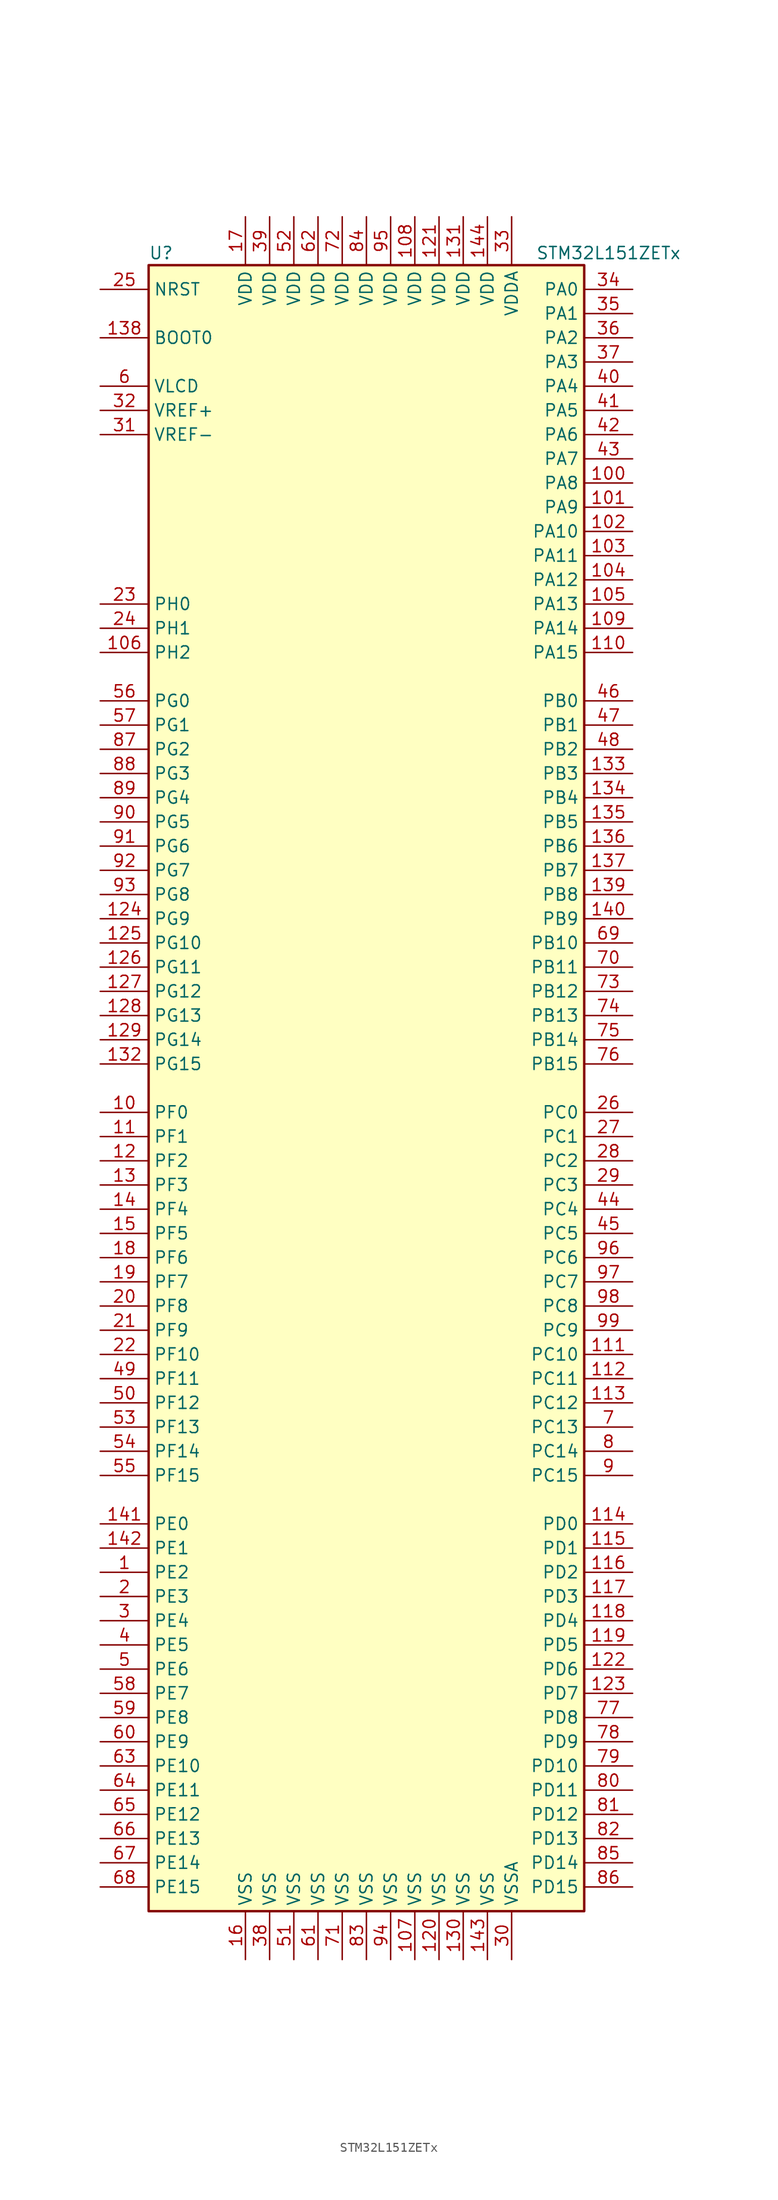
<source format=kicad_sym>
(kicad_symbol_lib
  (version 20211014)
  (generator kicad_symbol_editor)
  (symbol "STM32L151ZETx"
    (property "Reference" "U"
      (at -22.86 87.63 0)
      (effects (font (size 1.27 1.27)) (justify left)))
    (property "Value" "STM32L151ZETx"
      (at 17.78 87.63 0)
      (effects (font (size 1.27 1.27)) (justify left)))
    (symbol "STM32L151ZETx_0_1"
      (rectangle (start -22.86 -86.36) (end 22.86 86.36) (stroke (width 0.254) (type default) (color 0 0 0 0)) (fill (type background))))
    (symbol "STM32L151ZETx_1_1"
      (pin bidirectional line (at -27.94 -50.8 0) (length 5.08) (name "PE2" (effects (font (size 1.27 1.27)))) (number "1" (effects (font (size 1.27 1.27)))))
      (pin bidirectional line (at -27.94 -2.54 0) (length 5.08) (name "PF0" (effects (font (size 1.27 1.27)))) (number "10" (effects (font (size 1.27 1.27)))))
      (pin bidirectional line (at 27.94 63.5 180) (length 5.08) (name "PA8" (effects (font (size 1.27 1.27)))) (number "100" (effects (font (size 1.27 1.27)))))
      (pin bidirectional line (at 27.94 60.96 180) (length 5.08) (name "PA9" (effects (font (size 1.27 1.27)))) (number "101" (effects (font (size 1.27 1.27)))))
      (pin bidirectional line (at 27.94 58.42 180) (length 5.08) (name "PA10" (effects (font (size 1.27 1.27)))) (number "102" (effects (font (size 1.27 1.27)))))
      (pin bidirectional line (at 27.94 55.88 180) (length 5.08) (name "PA11" (effects (font (size 1.27 1.27)))) (number "103" (effects (font (size 1.27 1.27)))))
      (pin bidirectional line (at 27.94 53.34 180) (length 5.08) (name "PA12" (effects (font (size 1.27 1.27)))) (number "104" (effects (font (size 1.27 1.27)))))
      (pin bidirectional line (at 27.94 50.8 180) (length 5.08) (name "PA13" (effects (font (size 1.27 1.27)))) (number "105" (effects (font (size 1.27 1.27)))))
      (pin bidirectional line (at -27.94 45.72 0) (length 5.08) (name "PH2" (effects (font (size 1.27 1.27)))) (number "106" (effects (font (size 1.27 1.27)))))
      (pin power_in line (at 5.08 -91.44 90) (length 5.08) (name "VSS" (effects (font (size 1.27 1.27)))) (number "107" (effects (font (size 1.27 1.27)))))
      (pin power_in line (at 5.08 91.44 270) (length 5.08) (name "VDD" (effects (font (size 1.27 1.27)))) (number "108" (effects (font (size 1.27 1.27)))))
      (pin bidirectional line (at 27.94 48.26 180) (length 5.08) (name "PA14" (effects (font (size 1.27 1.27)))) (number "109" (effects (font (size 1.27 1.27)))))
      (pin bidirectional line (at -27.94 -5.08 0) (length 5.08) (name "PF1" (effects (font (size 1.27 1.27)))) (number "11" (effects (font (size 1.27 1.27)))))
      (pin bidirectional line (at 27.94 45.72 180) (length 5.08) (name "PA15" (effects (font (size 1.27 1.27)))) (number "110" (effects (font (size 1.27 1.27)))))
      (pin bidirectional line (at 27.94 -27.94 180) (length 5.08) (name "PC10" (effects (font (size 1.27 1.27)))) (number "111" (effects (font (size 1.27 1.27)))))
      (pin bidirectional line (at 27.94 -30.48 180) (length 5.08) (name "PC11" (effects (font (size 1.27 1.27)))) (number "112" (effects (font (size 1.27 1.27)))))
      (pin bidirectional line (at 27.94 -33.02 180) (length 5.08) (name "PC12" (effects (font (size 1.27 1.27)))) (number "113" (effects (font (size 1.27 1.27)))))
      (pin bidirectional line (at 27.94 -45.72 180) (length 5.08) (name "PD0" (effects (font (size 1.27 1.27)))) (number "114" (effects (font (size 1.27 1.27)))))
      (pin bidirectional line (at 27.94 -48.26 180) (length 5.08) (name "PD1" (effects (font (size 1.27 1.27)))) (number "115" (effects (font (size 1.27 1.27)))))
      (pin bidirectional line (at 27.94 -50.8 180) (length 5.08) (name "PD2" (effects (font (size 1.27 1.27)))) (number "116" (effects (font (size 1.27 1.27)))))
      (pin bidirectional line (at 27.94 -53.34 180) (length 5.08) (name "PD3" (effects (font (size 1.27 1.27)))) (number "117" (effects (font (size 1.27 1.27)))))
      (pin bidirectional line (at 27.94 -55.88 180) (length 5.08) (name "PD4" (effects (font (size 1.27 1.27)))) (number "118" (effects (font (size 1.27 1.27)))))
      (pin bidirectional line (at 27.94 -58.42 180) (length 5.08) (name "PD5" (effects (font (size 1.27 1.27)))) (number "119" (effects (font (size 1.27 1.27)))))
      (pin bidirectional line (at -27.94 -7.62 0) (length 5.08) (name "PF2" (effects (font (size 1.27 1.27)))) (number "12" (effects (font (size 1.27 1.27)))))
      (pin power_in line (at 7.62 -91.44 90) (length 5.08) (name "VSS" (effects (font (size 1.27 1.27)))) (number "120" (effects (font (size 1.27 1.27)))))
      (pin power_in line (at 7.62 91.44 270) (length 5.08) (name "VDD" (effects (font (size 1.27 1.27)))) (number "121" (effects (font (size 1.27 1.27)))))
      (pin bidirectional line (at 27.94 -60.96 180) (length 5.08) (name "PD6" (effects (font (size 1.27 1.27)))) (number "122" (effects (font (size 1.27 1.27)))))
      (pin bidirectional line (at 27.94 -63.5 180) (length 5.08) (name "PD7" (effects (font (size 1.27 1.27)))) (number "123" (effects (font (size 1.27 1.27)))))
      (pin bidirectional line (at -27.94 17.78 0) (length 5.08) (name "PG9" (effects (font (size 1.27 1.27)))) (number "124" (effects (font (size 1.27 1.27)))))
      (pin bidirectional line (at -27.94 15.24 0) (length 5.08) (name "PG10" (effects (font (size 1.27 1.27)))) (number "125" (effects (font (size 1.27 1.27)))))
      (pin bidirectional line (at -27.94 12.7 0) (length 5.08) (name "PG11" (effects (font (size 1.27 1.27)))) (number "126" (effects (font (size 1.27 1.27)))))
      (pin bidirectional line (at -27.94 10.16 0) (length 5.08) (name "PG12" (effects (font (size 1.27 1.27)))) (number "127" (effects (font (size 1.27 1.27)))))
      (pin bidirectional line (at -27.94 7.62 0) (length 5.08) (name "PG13" (effects (font (size 1.27 1.27)))) (number "128" (effects (font (size 1.27 1.27)))))
      (pin bidirectional line (at -27.94 5.08 0) (length 5.08) (name "PG14" (effects (font (size 1.27 1.27)))) (number "129" (effects (font (size 1.27 1.27)))))
      (pin bidirectional line (at -27.94 -10.16 0) (length 5.08) (name "PF3" (effects (font (size 1.27 1.27)))) (number "13" (effects (font (size 1.27 1.27)))))
      (pin power_in line (at 10.16 -91.44 90) (length 5.08) (name "VSS" (effects (font (size 1.27 1.27)))) (number "130" (effects (font (size 1.27 1.27)))))
      (pin power_in line (at 10.16 91.44 270) (length 5.08) (name "VDD" (effects (font (size 1.27 1.27)))) (number "131" (effects (font (size 1.27 1.27)))))
      (pin bidirectional line (at -27.94 2.54 0) (length 5.08) (name "PG15" (effects (font (size 1.27 1.27)))) (number "132" (effects (font (size 1.27 1.27)))))
      (pin bidirectional line (at 27.94 33.02 180) (length 5.08) (name "PB3" (effects (font (size 1.27 1.27)))) (number "133" (effects (font (size 1.27 1.27)))))
      (pin bidirectional line (at 27.94 30.48 180) (length 5.08) (name "PB4" (effects (font (size 1.27 1.27)))) (number "134" (effects (font (size 1.27 1.27)))))
      (pin bidirectional line (at 27.94 27.94 180) (length 5.08) (name "PB5" (effects (font (size 1.27 1.27)))) (number "135" (effects (font (size 1.27 1.27)))))
      (pin bidirectional line (at 27.94 25.4 180) (length 5.08) (name "PB6" (effects (font (size 1.27 1.27)))) (number "136" (effects (font (size 1.27 1.27)))))
      (pin bidirectional line (at 27.94 22.86 180) (length 5.08) (name "PB7" (effects (font (size 1.27 1.27)))) (number "137" (effects (font (size 1.27 1.27)))))
      (pin input line (at -27.94 78.74 0) (length 5.08) (name "BOOT0" (effects (font (size 1.27 1.27)))) (number "138" (effects (font (size 1.27 1.27)))))
      (pin bidirectional line (at 27.94 20.32 180) (length 5.08) (name "PB8" (effects (font (size 1.27 1.27)))) (number "139" (effects (font (size 1.27 1.27)))))
      (pin bidirectional line (at -27.94 -12.7 0) (length 5.08) (name "PF4" (effects (font (size 1.27 1.27)))) (number "14" (effects (font (size 1.27 1.27)))))
      (pin bidirectional line (at 27.94 17.78 180) (length 5.08) (name "PB9" (effects (font (size 1.27 1.27)))) (number "140" (effects (font (size 1.27 1.27)))))
      (pin bidirectional line (at -27.94 -45.72 0) (length 5.08) (name "PE0" (effects (font (size 1.27 1.27)))) (number "141" (effects (font (size 1.27 1.27)))))
      (pin bidirectional line (at -27.94 -48.26 0) (length 5.08) (name "PE1" (effects (font (size 1.27 1.27)))) (number "142" (effects (font (size 1.27 1.27)))))
      (pin power_in line (at 12.7 -91.44 90) (length 5.08) (name "VSS" (effects (font (size 1.27 1.27)))) (number "143" (effects (font (size 1.27 1.27)))))
      (pin power_in line (at 12.7 91.44 270) (length 5.08) (name "VDD" (effects (font (size 1.27 1.27)))) (number "144" (effects (font (size 1.27 1.27)))))
      (pin bidirectional line (at -27.94 -15.24 0) (length 5.08) (name "PF5" (effects (font (size 1.27 1.27)))) (number "15" (effects (font (size 1.27 1.27)))))
      (pin power_in line (at -12.7 -91.44 90) (length 5.08) (name "VSS" (effects (font (size 1.27 1.27)))) (number "16" (effects (font (size 1.27 1.27)))))
      (pin power_in line (at -12.7 91.44 270) (length 5.08) (name "VDD" (effects (font (size 1.27 1.27)))) (number "17" (effects (font (size 1.27 1.27)))))
      (pin bidirectional line (at -27.94 -17.78 0) (length 5.08) (name "PF6" (effects (font (size 1.27 1.27)))) (number "18" (effects (font (size 1.27 1.27)))))
      (pin bidirectional line (at -27.94 -20.32 0) (length 5.08) (name "PF7" (effects (font (size 1.27 1.27)))) (number "19" (effects (font (size 1.27 1.27)))))
      (pin bidirectional line (at -27.94 -53.34 0) (length 5.08) (name "PE3" (effects (font (size 1.27 1.27)))) (number "2" (effects (font (size 1.27 1.27)))))
      (pin bidirectional line (at -27.94 -22.86 0) (length 5.08) (name "PF8" (effects (font (size 1.27 1.27)))) (number "20" (effects (font (size 1.27 1.27)))))
      (pin bidirectional line (at -27.94 -25.4 0) (length 5.08) (name "PF9" (effects (font (size 1.27 1.27)))) (number "21" (effects (font (size 1.27 1.27)))))
      (pin bidirectional line (at -27.94 -27.94 0) (length 5.08) (name "PF10" (effects (font (size 1.27 1.27)))) (number "22" (effects (font (size 1.27 1.27)))))
      (pin input line (at -27.94 50.8 0) (length 5.08) (name "PH0" (effects (font (size 1.27 1.27)))) (number "23" (effects (font (size 1.27 1.27)))))
      (pin input line (at -27.94 48.26 0) (length 5.08) (name "PH1" (effects (font (size 1.27 1.27)))) (number "24" (effects (font (size 1.27 1.27)))))
      (pin input line (at -27.94 83.82 0) (length 5.08) (name "NRST" (effects (font (size 1.27 1.27)))) (number "25" (effects (font (size 1.27 1.27)))))
      (pin bidirectional line (at 27.94 -2.54 180) (length 5.08) (name "PC0" (effects (font (size 1.27 1.27)))) (number "26" (effects (font (size 1.27 1.27)))))
      (pin bidirectional line (at 27.94 -5.08 180) (length 5.08) (name "PC1" (effects (font (size 1.27 1.27)))) (number "27" (effects (font (size 1.27 1.27)))))
      (pin bidirectional line (at 27.94 -7.62 180) (length 5.08) (name "PC2" (effects (font (size 1.27 1.27)))) (number "28" (effects (font (size 1.27 1.27)))))
      (pin bidirectional line (at 27.94 -10.16 180) (length 5.08) (name "PC3" (effects (font (size 1.27 1.27)))) (number "29" (effects (font (size 1.27 1.27)))))
      (pin bidirectional line (at -27.94 -55.88 0) (length 5.08) (name "PE4" (effects (font (size 1.27 1.27)))) (number "3" (effects (font (size 1.27 1.27)))))
      (pin power_in line (at 15.24 -91.44 90) (length 5.08) (name "VSSA" (effects (font (size 1.27 1.27)))) (number "30" (effects (font (size 1.27 1.27)))))
      (pin power_in line (at -27.94 68.58 0) (length 5.08) (name "VREF-" (effects (font (size 1.27 1.27)))) (number "31" (effects (font (size 1.27 1.27)))))
      (pin power_in line (at -27.94 71.12 0) (length 5.08) (name "VREF+" (effects (font (size 1.27 1.27)))) (number "32" (effects (font (size 1.27 1.27)))))
      (pin power_in line (at 15.24 91.44 270) (length 5.08) (name "VDDA" (effects (font (size 1.27 1.27)))) (number "33" (effects (font (size 1.27 1.27)))))
      (pin bidirectional line (at 27.94 83.82 180) (length 5.08) (name "PA0" (effects (font (size 1.27 1.27)))) (number "34" (effects (font (size 1.27 1.27)))))
      (pin bidirectional line (at 27.94 81.28 180) (length 5.08) (name "PA1" (effects (font (size 1.27 1.27)))) (number "35" (effects (font (size 1.27 1.27)))))
      (pin bidirectional line (at 27.94 78.74 180) (length 5.08) (name "PA2" (effects (font (size 1.27 1.27)))) (number "36" (effects (font (size 1.27 1.27)))))
      (pin bidirectional line (at 27.94 76.2 180) (length 5.08) (name "PA3" (effects (font (size 1.27 1.27)))) (number "37" (effects (font (size 1.27 1.27)))))
      (pin power_in line (at -10.16 -91.44 90) (length 5.08) (name "VSS" (effects (font (size 1.27 1.27)))) (number "38" (effects (font (size 1.27 1.27)))))
      (pin power_in line (at -10.16 91.44 270) (length 5.08) (name "VDD" (effects (font (size 1.27 1.27)))) (number "39" (effects (font (size 1.27 1.27)))))
      (pin bidirectional line (at -27.94 -58.42 0) (length 5.08) (name "PE5" (effects (font (size 1.27 1.27)))) (number "4" (effects (font (size 1.27 1.27)))))
      (pin bidirectional line (at 27.94 73.66 180) (length 5.08) (name "PA4" (effects (font (size 1.27 1.27)))) (number "40" (effects (font (size 1.27 1.27)))))
      (pin bidirectional line (at 27.94 71.12 180) (length 5.08) (name "PA5" (effects (font (size 1.27 1.27)))) (number "41" (effects (font (size 1.27 1.27)))))
      (pin bidirectional line (at 27.94 68.58 180) (length 5.08) (name "PA6" (effects (font (size 1.27 1.27)))) (number "42" (effects (font (size 1.27 1.27)))))
      (pin bidirectional line (at 27.94 66.04 180) (length 5.08) (name "PA7" (effects (font (size 1.27 1.27)))) (number "43" (effects (font (size 1.27 1.27)))))
      (pin bidirectional line (at 27.94 -12.7 180) (length 5.08) (name "PC4" (effects (font (size 1.27 1.27)))) (number "44" (effects (font (size 1.27 1.27)))))
      (pin bidirectional line (at 27.94 -15.24 180) (length 5.08) (name "PC5" (effects (font (size 1.27 1.27)))) (number "45" (effects (font (size 1.27 1.27)))))
      (pin bidirectional line (at 27.94 40.64 180) (length 5.08) (name "PB0" (effects (font (size 1.27 1.27)))) (number "46" (effects (font (size 1.27 1.27)))))
      (pin bidirectional line (at 27.94 38.1 180) (length 5.08) (name "PB1" (effects (font (size 1.27 1.27)))) (number "47" (effects (font (size 1.27 1.27)))))
      (pin bidirectional line (at 27.94 35.56 180) (length 5.08) (name "PB2" (effects (font (size 1.27 1.27)))) (number "48" (effects (font (size 1.27 1.27)))))
      (pin bidirectional line (at -27.94 -30.48 0) (length 5.08) (name "PF11" (effects (font (size 1.27 1.27)))) (number "49" (effects (font (size 1.27 1.27)))))
      (pin bidirectional line (at -27.94 -60.96 0) (length 5.08) (name "PE6" (effects (font (size 1.27 1.27)))) (number "5" (effects (font (size 1.27 1.27)))))
      (pin bidirectional line (at -27.94 -33.02 0) (length 5.08) (name "PF12" (effects (font (size 1.27 1.27)))) (number "50" (effects (font (size 1.27 1.27)))))
      (pin power_in line (at -7.62 -91.44 90) (length 5.08) (name "VSS" (effects (font (size 1.27 1.27)))) (number "51" (effects (font (size 1.27 1.27)))))
      (pin power_in line (at -7.62 91.44 270) (length 5.08) (name "VDD" (effects (font (size 1.27 1.27)))) (number "52" (effects (font (size 1.27 1.27)))))
      (pin bidirectional line (at -27.94 -35.56 0) (length 5.08) (name "PF13" (effects (font (size 1.27 1.27)))) (number "53" (effects (font (size 1.27 1.27)))))
      (pin bidirectional line (at -27.94 -38.1 0) (length 5.08) (name "PF14" (effects (font (size 1.27 1.27)))) (number "54" (effects (font (size 1.27 1.27)))))
      (pin bidirectional line (at -27.94 -40.64 0) (length 5.08) (name "PF15" (effects (font (size 1.27 1.27)))) (number "55" (effects (font (size 1.27 1.27)))))
      (pin bidirectional line (at -27.94 40.64 0) (length 5.08) (name "PG0" (effects (font (size 1.27 1.27)))) (number "56" (effects (font (size 1.27 1.27)))))
      (pin bidirectional line (at -27.94 38.1 0) (length 5.08) (name "PG1" (effects (font (size 1.27 1.27)))) (number "57" (effects (font (size 1.27 1.27)))))
      (pin bidirectional line (at -27.94 -63.5 0) (length 5.08) (name "PE7" (effects (font (size 1.27 1.27)))) (number "58" (effects (font (size 1.27 1.27)))))
      (pin bidirectional line (at -27.94 -66.04 0) (length 5.08) (name "PE8" (effects (font (size 1.27 1.27)))) (number "59" (effects (font (size 1.27 1.27)))))
      (pin power_in line (at -27.94 73.66 0) (length 5.08) (name "VLCD" (effects (font (size 1.27 1.27)))) (number "6" (effects (font (size 1.27 1.27)))))
      (pin bidirectional line (at -27.94 -68.58 0) (length 5.08) (name "PE9" (effects (font (size 1.27 1.27)))) (number "60" (effects (font (size 1.27 1.27)))))
      (pin power_in line (at -5.08 -91.44 90) (length 5.08) (name "VSS" (effects (font (size 1.27 1.27)))) (number "61" (effects (font (size 1.27 1.27)))))
      (pin power_in line (at -5.08 91.44 270) (length 5.08) (name "VDD" (effects (font (size 1.27 1.27)))) (number "62" (effects (font (size 1.27 1.27)))))
      (pin bidirectional line (at -27.94 -71.12 0) (length 5.08) (name "PE10" (effects (font (size 1.27 1.27)))) (number "63" (effects (font (size 1.27 1.27)))))
      (pin bidirectional line (at -27.94 -73.66 0) (length 5.08) (name "PE11" (effects (font (size 1.27 1.27)))) (number "64" (effects (font (size 1.27 1.27)))))
      (pin bidirectional line (at -27.94 -76.2 0) (length 5.08) (name "PE12" (effects (font (size 1.27 1.27)))) (number "65" (effects (font (size 1.27 1.27)))))
      (pin bidirectional line (at -27.94 -78.74 0) (length 5.08) (name "PE13" (effects (font (size 1.27 1.27)))) (number "66" (effects (font (size 1.27 1.27)))))
      (pin bidirectional line (at -27.94 -81.28 0) (length 5.08) (name "PE14" (effects (font (size 1.27 1.27)))) (number "67" (effects (font (size 1.27 1.27)))))
      (pin bidirectional line (at -27.94 -83.82 0) (length 5.08) (name "PE15" (effects (font (size 1.27 1.27)))) (number "68" (effects (font (size 1.27 1.27)))))
      (pin bidirectional line (at 27.94 15.24 180) (length 5.08) (name "PB10" (effects (font (size 1.27 1.27)))) (number "69" (effects (font (size 1.27 1.27)))))
      (pin bidirectional line (at 27.94 -35.56 180) (length 5.08) (name "PC13" (effects (font (size 1.27 1.27)))) (number "7" (effects (font (size 1.27 1.27)))))
      (pin bidirectional line (at 27.94 12.7 180) (length 5.08) (name "PB11" (effects (font (size 1.27 1.27)))) (number "70" (effects (font (size 1.27 1.27)))))
      (pin power_in line (at -2.54 -91.44 90) (length 5.08) (name "VSS" (effects (font (size 1.27 1.27)))) (number "71" (effects (font (size 1.27 1.27)))))
      (pin power_in line (at -2.54 91.44 270) (length 5.08) (name "VDD" (effects (font (size 1.27 1.27)))) (number "72" (effects (font (size 1.27 1.27)))))
      (pin bidirectional line (at 27.94 10.16 180) (length 5.08) (name "PB12" (effects (font (size 1.27 1.27)))) (number "73" (effects (font (size 1.27 1.27)))))
      (pin bidirectional line (at 27.94 7.62 180) (length 5.08) (name "PB13" (effects (font (size 1.27 1.27)))) (number "74" (effects (font (size 1.27 1.27)))))
      (pin bidirectional line (at 27.94 5.08 180) (length 5.08) (name "PB14" (effects (font (size 1.27 1.27)))) (number "75" (effects (font (size 1.27 1.27)))))
      (pin bidirectional line (at 27.94 2.54 180) (length 5.08) (name "PB15" (effects (font (size 1.27 1.27)))) (number "76" (effects (font (size 1.27 1.27)))))
      (pin bidirectional line (at 27.94 -66.04 180) (length 5.08) (name "PD8" (effects (font (size 1.27 1.27)))) (number "77" (effects (font (size 1.27 1.27)))))
      (pin bidirectional line (at 27.94 -68.58 180) (length 5.08) (name "PD9" (effects (font (size 1.27 1.27)))) (number "78" (effects (font (size 1.27 1.27)))))
      (pin bidirectional line (at 27.94 -71.12 180) (length 5.08) (name "PD10" (effects (font (size 1.27 1.27)))) (number "79" (effects (font (size 1.27 1.27)))))
      (pin bidirectional line (at 27.94 -38.1 180) (length 5.08) (name "PC14" (effects (font (size 1.27 1.27)))) (number "8" (effects (font (size 1.27 1.27)))))
      (pin bidirectional line (at 27.94 -73.66 180) (length 5.08) (name "PD11" (effects (font (size 1.27 1.27)))) (number "80" (effects (font (size 1.27 1.27)))))
      (pin bidirectional line (at 27.94 -76.2 180) (length 5.08) (name "PD12" (effects (font (size 1.27 1.27)))) (number "81" (effects (font (size 1.27 1.27)))))
      (pin bidirectional line (at 27.94 -78.74 180) (length 5.08) (name "PD13" (effects (font (size 1.27 1.27)))) (number "82" (effects (font (size 1.27 1.27)))))
      (pin power_in line (at 0 -91.44 90) (length 5.08) (name "VSS" (effects (font (size 1.27 1.27)))) (number "83" (effects (font (size 1.27 1.27)))))
      (pin power_in line (at 0 91.44 270) (length 5.08) (name "VDD" (effects (font (size 1.27 1.27)))) (number "84" (effects (font (size 1.27 1.27)))))
      (pin bidirectional line (at 27.94 -81.28 180) (length 5.08) (name "PD14" (effects (font (size 1.27 1.27)))) (number "85" (effects (font (size 1.27 1.27)))))
      (pin bidirectional line (at 27.94 -83.82 180) (length 5.08) (name "PD15" (effects (font (size 1.27 1.27)))) (number "86" (effects (font (size 1.27 1.27)))))
      (pin bidirectional line (at -27.94 35.56 0) (length 5.08) (name "PG2" (effects (font (size 1.27 1.27)))) (number "87" (effects (font (size 1.27 1.27)))))
      (pin bidirectional line (at -27.94 33.02 0) (length 5.08) (name "PG3" (effects (font (size 1.27 1.27)))) (number "88" (effects (font (size 1.27 1.27)))))
      (pin bidirectional line (at -27.94 30.48 0) (length 5.08) (name "PG4" (effects (font (size 1.27 1.27)))) (number "89" (effects (font (size 1.27 1.27)))))
      (pin bidirectional line (at 27.94 -40.64 180) (length 5.08) (name "PC15" (effects (font (size 1.27 1.27)))) (number "9" (effects (font (size 1.27 1.27)))))
      (pin bidirectional line (at -27.94 27.94 0) (length 5.08) (name "PG5" (effects (font (size 1.27 1.27)))) (number "90" (effects (font (size 1.27 1.27)))))
      (pin bidirectional line (at -27.94 25.4 0) (length 5.08) (name "PG6" (effects (font (size 1.27 1.27)))) (number "91" (effects (font (size 1.27 1.27)))))
      (pin bidirectional line (at -27.94 22.86 0) (length 5.08) (name "PG7" (effects (font (size 1.27 1.27)))) (number "92" (effects (font (size 1.27 1.27)))))
      (pin bidirectional line (at -27.94 20.32 0) (length 5.08) (name "PG8" (effects (font (size 1.27 1.27)))) (number "93" (effects (font (size 1.27 1.27)))))
      (pin power_in line (at 2.54 -91.44 90) (length 5.08) (name "VSS" (effects (font (size 1.27 1.27)))) (number "94" (effects (font (size 1.27 1.27)))))
      (pin power_in line (at 2.54 91.44 270) (length 5.08) (name "VDD" (effects (font (size 1.27 1.27)))) (number "95" (effects (font (size 1.27 1.27)))))
      (pin bidirectional line (at 27.94 -17.78 180) (length 5.08) (name "PC6" (effects (font (size 1.27 1.27)))) (number "96" (effects (font (size 1.27 1.27)))))
      (pin bidirectional line (at 27.94 -20.32 180) (length 5.08) (name "PC7" (effects (font (size 1.27 1.27)))) (number "97" (effects (font (size 1.27 1.27)))))
      (pin bidirectional line (at 27.94 -22.86 180) (length 5.08) (name "PC8" (effects (font (size 1.27 1.27)))) (number "98" (effects (font (size 1.27 1.27)))))
      (pin bidirectional line (at 27.94 -25.4 180) (length 5.08) (name "PC9" (effects (font (size 1.27 1.27)))) (number "99" (effects (font (size 1.27 1.27))))))))
</source>
